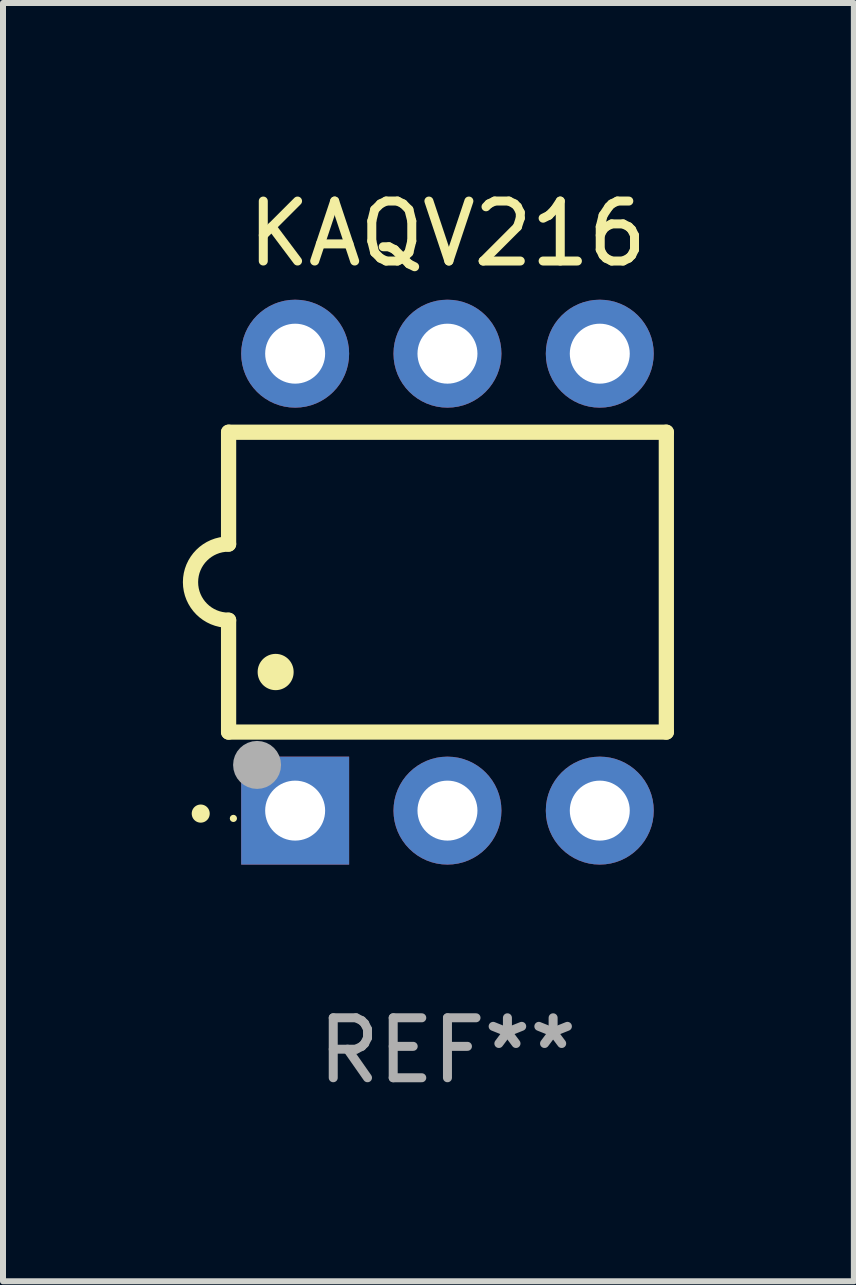
<source format=kicad_pcb>
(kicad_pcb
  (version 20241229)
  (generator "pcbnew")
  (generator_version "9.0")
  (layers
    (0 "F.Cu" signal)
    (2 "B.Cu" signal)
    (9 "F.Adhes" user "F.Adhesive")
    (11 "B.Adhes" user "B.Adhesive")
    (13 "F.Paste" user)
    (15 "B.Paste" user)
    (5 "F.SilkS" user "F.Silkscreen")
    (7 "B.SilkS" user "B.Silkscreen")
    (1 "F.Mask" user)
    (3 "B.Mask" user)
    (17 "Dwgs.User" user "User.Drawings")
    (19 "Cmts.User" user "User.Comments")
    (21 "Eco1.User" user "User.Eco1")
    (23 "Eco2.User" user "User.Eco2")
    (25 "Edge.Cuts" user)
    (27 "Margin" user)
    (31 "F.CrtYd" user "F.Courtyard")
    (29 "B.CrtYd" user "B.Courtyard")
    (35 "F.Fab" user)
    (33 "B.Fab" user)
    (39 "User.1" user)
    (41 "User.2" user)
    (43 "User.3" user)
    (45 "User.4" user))
  (footprint "KAQV216"
    (layer "F.Cu")
    (at 4.412 6.658)
    (property "Reference" "KAQV216" (at 0 -5.81 0) (layer "F.SilkS") (effects (font (size 1 1) (thickness 0.15))))
    (attr through_hole)
    (fp_line (start -3.65 -2.5) (end 3.65 -2.5) (stroke (width 0.254) (type solid)) (layer "F.SilkS"))
    (fp_line (start -3.65 -0.635) (end -3.65 -2.5) (stroke (width 0.254) (type solid)) (layer "F.SilkS"))
    (fp_line (start -3.65 0.635) (end -3.65 2.5) (stroke (width 0.254) (type solid)) (layer "F.SilkS"))
    (fp_line (start -3.65 2.5) (end 3.65 2.5) (stroke (width 0.254) (type solid)) (layer "F.SilkS"))
    (fp_line (start 3.65 -2.5) (end 3.65 2.5) (stroke (width 0.254) (type solid)) (layer "F.SilkS"))
    (fp_arc (start -4.114808 3.860808) (mid -4.114813 3.859538) (end -4.114808 3.858268) (stroke (width 0.3) (type solid)) (layer "F.SilkS"))
    (fp_arc (start -3.650013 0.635001) (mid -4.285014 0) (end -3.650013 -0.635001) (stroke (width 0.254001) (type solid)) (layer "F.SilkS"))
    (fp_arc (start -2.865405 1.501143) (mid -2.865416 1.498603) (end -2.865405 1.496063) (stroke (width 0.6) (type solid)) (layer "F.SilkS"))
    (fp_circle (center -3.57 3.94) (end -3.54 3.94) (stroke (width 0.06) (type solid)) (fill no) (layer "F.SilkS"))
    (fp_circle (center -3.175 3.048) (end -2.975 3.048) (stroke (width 0.4) (type solid)) (fill no) (layer "F.Fab"))
    (fp_text user "REF**" (at 0 7.81 0) (layer "F.Fab") (effects (font (size 1 1) (thickness 0.15))))
    (pad "1" thru_hole rect (at -2.54 3.81 90) (size 1.8 1.8) (drill 1) (layers "*.Cu" "*.Mask"))
    (pad "2" thru_hole circle (at 0 3.81) (size 1.8 1.8) (drill 1) (layers "*.Cu" "*.Mask"))
    (pad "3" thru_hole circle (at 2.54 3.81) (size 1.8 1.8) (drill 1) (layers "*.Cu" "*.Mask"))
    (pad "4" thru_hole circle (at 2.54 -3.81) (size 1.8 1.8) (drill 1) (layers "*.Cu" "*.Mask"))
    (pad "5" thru_hole circle (at 0 -3.81) (size 1.8 1.8) (drill 1) (layers "*.Cu" "*.Mask"))
    (pad "6" thru_hole circle (at -2.54 -3.81) (size 1.8 1.8) (drill 1) (layers "*.Cu" "*.Mask")))
  (gr_rect
    (start -3 -3)
    (end 11.189 18.317)
    (stroke (width 0.1) (type default))
    (fill no)
    (layer "Edge.Cuts")))
</source>
